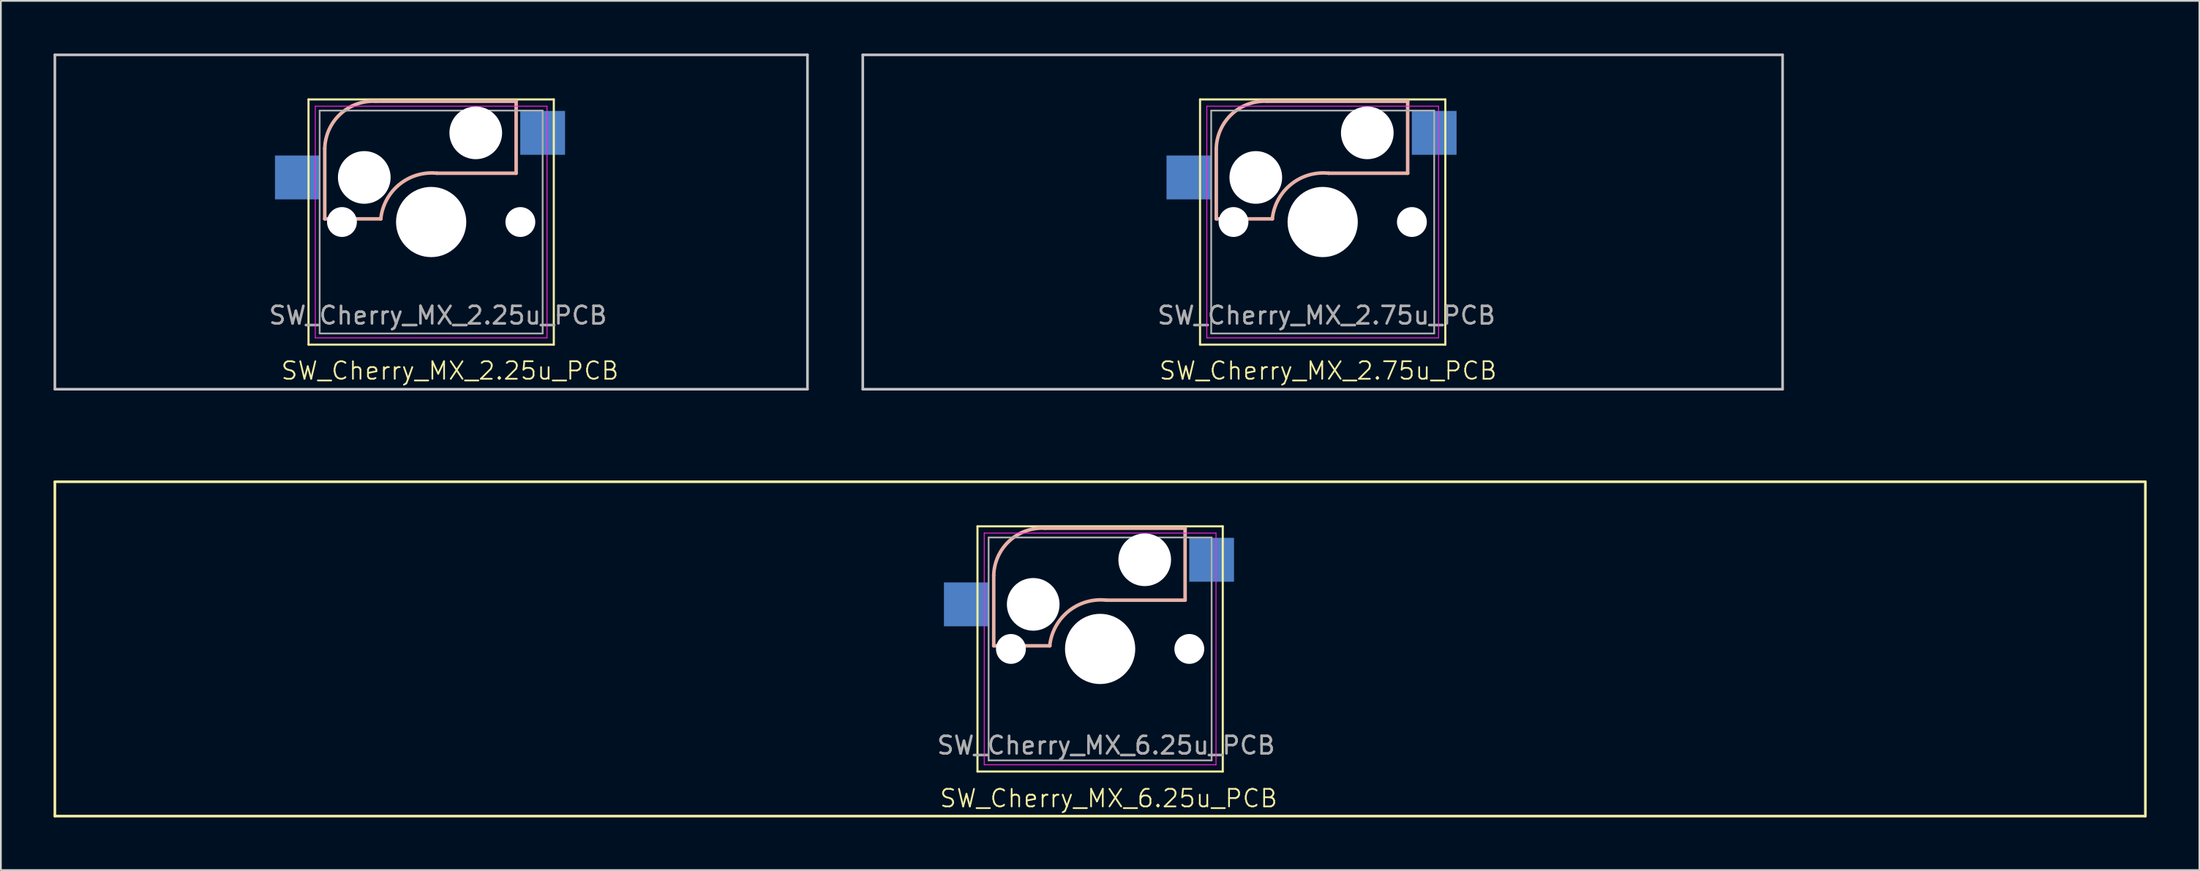
<source format=kicad_pcb>
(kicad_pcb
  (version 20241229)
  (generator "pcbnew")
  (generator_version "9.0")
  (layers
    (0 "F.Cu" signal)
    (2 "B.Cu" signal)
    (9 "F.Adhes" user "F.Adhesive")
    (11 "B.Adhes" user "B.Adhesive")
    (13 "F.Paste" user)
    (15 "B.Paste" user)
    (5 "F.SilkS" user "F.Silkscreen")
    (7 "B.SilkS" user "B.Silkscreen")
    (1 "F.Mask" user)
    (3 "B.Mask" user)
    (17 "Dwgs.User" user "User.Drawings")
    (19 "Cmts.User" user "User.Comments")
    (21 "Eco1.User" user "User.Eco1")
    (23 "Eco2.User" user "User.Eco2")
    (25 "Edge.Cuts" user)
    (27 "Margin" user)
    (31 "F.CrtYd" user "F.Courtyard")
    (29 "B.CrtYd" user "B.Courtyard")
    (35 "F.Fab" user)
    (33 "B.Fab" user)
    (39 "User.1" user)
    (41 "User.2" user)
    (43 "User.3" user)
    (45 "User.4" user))
  (footprint "SW_Cherry_MX_6.25u_PCB"
    (layer "F.Cu")
    (at 59.591 33.44)
    (property "Reference" "SW_Cherry_MX_6.25u_PCB" (at 0.5 9 0) (unlocked yes) (layer "F.SilkS") (effects (font (size 1 1) (thickness 0.1))))
    (attr smd)
    (fp_line (start -59.516 -9.04) (end 59.546 -9.04) (stroke (width 0.15) (type solid)) (layer "F.SilkS"))
    (fp_line (start -59.516 10.01) (end -59.516 -9.04) (stroke (width 0.15) (type solid)) (layer "F.SilkS"))
    (fp_line (start -6.97 -6.5) (end 7 -6.5) (stroke (width 0.12) (type solid)) (layer "F.SilkS"))
    (fp_line (start -6.97 7.47) (end -6.97 -6.5) (stroke (width 0.12) (type solid)) (layer "F.SilkS"))
    (fp_line (start 7 -6.5) (end 7 7.47) (stroke (width 0.12) (type solid)) (layer "F.SilkS"))
    (fp_line (start 7 7.47) (end -6.97 7.47) (stroke (width 0.12) (type solid)) (layer "F.SilkS"))
    (fp_line (start 59.546 -9.04) (end 59.546 10.01) (stroke (width 0.15) (type solid)) (layer "F.SilkS"))
    (fp_line (start 59.546 10.01) (end -59.516 10.01) (stroke (width 0.15) (type solid)) (layer "F.SilkS"))
    (fp_line (start -6.045 -3.695) (end -6.045 0.305) (stroke (width 0.2) (type default)) (layer "B.SilkS"))
    (fp_line (start -6.045 0.305) (end -2.845 0.305) (stroke (width 0.2) (type default)) (layer "B.SilkS"))
    (fp_line (start 4.855 -6.395) (end -3.137 -6.395) (stroke (width 0.2) (type default)) (layer "B.SilkS"))
    (fp_line (start 4.855 -6.395) (end 4.855 -2.295) (stroke (width 0.2) (type default)) (layer "B.SilkS"))
    (fp_line (start 4.855 -2.295) (end 0.355 -2.295) (stroke (width 0.2) (type default)) (layer "B.SilkS"))
    (fp_arc (start -6.044999 -3.695) (mid -5.163867 -5.661999) (end -3.137 -6.395) (stroke (width 0.2) (type default)) (layer "B.SilkS"))
    (fp_arc (start -2.853839 0.304085) (mid -1.788841 -1.661429) (end 0.355 -2.295) (stroke (width 0.2) (type default)) (layer "B.SilkS"))
    (fp_line (start -6.585 -6.115) (end 6.615 -6.115) (stroke (width 0.05) (type solid)) (layer "F.CrtYd"))
    (fp_line (start -6.585 7.085) (end -6.585 -6.115) (stroke (width 0.05) (type solid)) (layer "F.CrtYd"))
    (fp_line (start 6.615 -6.115) (end 6.615 7.085) (stroke (width 0.05) (type solid)) (layer "F.CrtYd"))
    (fp_line (start 6.615 7.085) (end -6.585 7.085) (stroke (width 0.05) (type solid)) (layer "F.CrtYd"))
    (fp_line (start -6.335 -5.865) (end 6.365 -5.865) (stroke (width 0.1) (type solid)) (layer "F.Fab"))
    (fp_line (start -6.335 6.835) (end -6.335 -5.865) (stroke (width 0.1) (type solid)) (layer "F.Fab"))
    (fp_line (start 6.365 -5.865) (end 6.365 6.835) (stroke (width 0.1) (type solid)) (layer "F.Fab"))
    (fp_line (start 6.365 6.835) (end -6.335 6.835) (stroke (width 0.1) (type solid)) (layer "F.Fab"))
    (fp_text user "${REFERENCE}" (at 0.355 5.98 0) (layer "F.Fab") (effects (font (size 1 1) (thickness 0.15))))
    (pad "" np_thru_hole circle (at -5.065 0.485) (size 1.7 1.7) (drill 1.7) (layers "*.Cu" "*.Mask"))
    (pad "" np_thru_hole circle (at -3.795 -2.055) (size 3 3) (drill 3) (layers "*.Cu" "*.Mask"))
    (pad "" np_thru_hole circle (at 0.015 0.485) (size 4 4) (drill 4) (layers "*.Cu" "*.Mask"))
    (pad "" np_thru_hole circle (at 2.555 -4.595) (size 3 3) (drill 3) (layers "*.Cu" "*.Mask"))
    (pad "" np_thru_hole circle (at 5.095 0.485) (size 1.7 1.7) (drill 1.7) (layers "*.Cu" "*.Mask"))
    (pad "1" smd rect (at -7.605 -2.055) (size 2.55 2.5) (layers "B.Cu" "B.Mask" "B.Paste"))
    (pad "2" smd rect (at 6.365 -4.595) (size 2.55 2.5) (layers "B.Cu" "B.Mask" "B.Paste")))
  (footprint "SW_Cherry_MX_2.25u_PCB"
    (layer "F.Cu")
    (at 22.075 21.075)
    (property "Reference" "SW_Cherry_MX_2.25u_PCB" (at 0.5 -3 0) (unlocked yes) (layer "F.SilkS") (effects (font (size 1 1) (thickness 0.1))))
    (attr smd)
    (fp_line (start -7.554 -18.46) (end 6.416 -18.46) (stroke (width 0.12) (type solid)) (layer "F.SilkS"))
    (fp_line (start -7.554 -4.49) (end -7.554 -18.46) (stroke (width 0.12) (type solid)) (layer "F.SilkS"))
    (fp_line (start 6.416 -18.46) (end 6.416 -4.49) (stroke (width 0.12) (type solid)) (layer "F.SilkS"))
    (fp_line (start 6.416 -4.49) (end -7.554 -4.49) (stroke (width 0.12) (type solid)) (layer "F.SilkS"))
    (fp_line (start -6.629 -15.655) (end -6.629 -11.655) (stroke (width 0.2) (type default)) (layer "B.SilkS"))
    (fp_line (start -6.629 -11.655) (end -3.429 -11.655) (stroke (width 0.2) (type default)) (layer "B.SilkS"))
    (fp_line (start 4.271 -18.355) (end -3.721 -18.355) (stroke (width 0.2) (type default)) (layer "B.SilkS"))
    (fp_line (start 4.271 -18.355) (end 4.271 -14.255) (stroke (width 0.2) (type default)) (layer "B.SilkS"))
    (fp_line (start 4.271 -14.255) (end -0.229 -14.255) (stroke (width 0.2) (type default)) (layer "B.SilkS"))
    (fp_arc (start -6.628749 -15.655) (mid -5.747618 -17.622002) (end -3.72075 -18.355) (stroke (width 0.2) (type default)) (layer "B.SilkS"))
    (fp_arc (start -3.437589 -11.655915) (mid -2.372589 -13.62142) (end -0.22875 -14.255) (stroke (width 0.2) (type default)) (layer "B.SilkS"))
    (fp_line (start -22 -21) (end 20.863 -21) (stroke (width 0.15) (type solid)) (layer "Dwgs.User"))
    (fp_line (start -22 -1.95) (end -22 -21) (stroke (width 0.15) (type solid)) (layer "Dwgs.User"))
    (fp_line (start 20.863 -21) (end 20.863 -1.95) (stroke (width 0.15) (type solid)) (layer "Dwgs.User"))
    (fp_line (start 20.863 -1.95) (end -22 -1.95) (stroke (width 0.15) (type solid)) (layer "Dwgs.User"))
    (fp_line (start -7.169 -18.075) (end 6.031 -18.075) (stroke (width 0.05) (type solid)) (layer "F.CrtYd"))
    (fp_line (start -7.169 -4.875) (end -7.169 -18.075) (stroke (width 0.05) (type solid)) (layer "F.CrtYd"))
    (fp_line (start 6.031 -18.075) (end 6.031 -4.875) (stroke (width 0.05) (type solid)) (layer "F.CrtYd"))
    (fp_line (start 6.031 -4.875) (end -7.169 -4.875) (stroke (width 0.05) (type solid)) (layer "F.CrtYd"))
    (fp_line (start -6.919 -17.825) (end 5.781 -17.825) (stroke (width 0.1) (type solid)) (layer "F.Fab"))
    (fp_line (start -6.919 -5.125) (end -6.919 -17.825) (stroke (width 0.1) (type solid)) (layer "F.Fab"))
    (fp_line (start 5.781 -17.825) (end 5.781 -5.125) (stroke (width 0.1) (type solid)) (layer "F.Fab"))
    (fp_line (start 5.781 -5.125) (end -6.919 -5.125) (stroke (width 0.1) (type solid)) (layer "F.Fab"))
    (fp_text user "${REFERENCE}" (at -0.179 -6.155 0) (layer "F.Fab") (effects (font (size 1 1) (thickness 0.15))))
    (pad "" np_thru_hole circle (at -5.649 -11.475) (size 1.7 1.7) (drill 1.7) (layers "*.Cu" "*.Mask"))
    (pad "" np_thru_hole circle (at -4.379 -14.015) (size 3 3) (drill 3) (layers "*.Cu" "*.Mask"))
    (pad "" np_thru_hole circle (at -0.569 -11.475) (size 4 4) (drill 4) (layers "*.Cu" "*.Mask"))
    (pad "" np_thru_hole circle (at 1.971 -16.555) (size 3 3) (drill 3) (layers "*.Cu" "*.Mask"))
    (pad "" np_thru_hole circle (at 4.511 -11.475) (size 1.7 1.7) (drill 1.7) (layers "*.Cu" "*.Mask"))
    (pad "1" smd rect (at -8.189 -14.015) (size 2.55 2.5) (layers "B.Cu" "B.Mask" "B.Paste"))
    (pad "2" smd rect (at 5.781 -16.555) (size 2.55 2.5) (layers "B.Cu" "B.Mask" "B.Paste")))
  (footprint "SW_Cherry_MX_2.75u_PCB"
    (layer "F.Cu")
    (at 72.088 21.075)
    (property "Reference" "SW_Cherry_MX_2.75u_PCB" (at 0.5 -3 0) (unlocked yes) (layer "F.SilkS") (effects (font (size 1 1) (thickness 0.1))))
    (attr smd)
    (fp_line (start -6.791 -18.46) (end 7.179 -18.46) (stroke (width 0.12) (type solid)) (layer "F.SilkS"))
    (fp_line (start -6.791 -4.49) (end -6.791 -18.46) (stroke (width 0.12) (type solid)) (layer "F.SilkS"))
    (fp_line (start 7.179 -18.46) (end 7.179 -4.49) (stroke (width 0.12) (type solid)) (layer "F.SilkS"))
    (fp_line (start 7.179 -4.49) (end -6.791 -4.49) (stroke (width 0.12) (type solid)) (layer "F.SilkS"))
    (fp_line (start -5.866 -15.655) (end -5.866 -11.655) (stroke (width 0.2) (type default)) (layer "B.SilkS"))
    (fp_line (start -5.866 -11.655) (end -2.666 -11.655) (stroke (width 0.2) (type default)) (layer "B.SilkS"))
    (fp_line (start 5.034 -18.355) (end -2.958 -18.355) (stroke (width 0.2) (type default)) (layer "B.SilkS"))
    (fp_line (start 5.034 -18.355) (end 5.034 -14.255) (stroke (width 0.2) (type default)) (layer "B.SilkS"))
    (fp_line (start 5.034 -14.255) (end 0.534 -14.255) (stroke (width 0.2) (type default)) (layer "B.SilkS"))
    (fp_arc (start -5.866249 -15.655) (mid -4.985118 -17.622002) (end -2.95825 -18.355) (stroke (width 0.2) (type default)) (layer "B.SilkS"))
    (fp_arc (start -2.675089 -11.655915) (mid -1.610089 -13.62142) (end 0.53375 -14.255) (stroke (width 0.2) (type default)) (layer "B.SilkS"))
    (fp_line (start -26 -21) (end 26.387 -21) (stroke (width 0.15) (type solid)) (layer "Dwgs.User"))
    (fp_line (start -26 -1.95) (end -26 -21) (stroke (width 0.15) (type solid)) (layer "Dwgs.User"))
    (fp_line (start 26.387 -21) (end 26.387 -1.95) (stroke (width 0.15) (type solid)) (layer "Dwgs.User"))
    (fp_line (start 26.387 -1.95) (end -26 -1.95) (stroke (width 0.15) (type solid)) (layer "Dwgs.User"))
    (fp_line (start -6.406 -18.075) (end 6.794 -18.075) (stroke (width 0.05) (type solid)) (layer "F.CrtYd"))
    (fp_line (start -6.406 -4.875) (end -6.406 -18.075) (stroke (width 0.05) (type solid)) (layer "F.CrtYd"))
    (fp_line (start 6.794 -18.075) (end 6.794 -4.875) (stroke (width 0.05) (type solid)) (layer "F.CrtYd"))
    (fp_line (start 6.794 -4.875) (end -6.406 -4.875) (stroke (width 0.05) (type solid)) (layer "F.CrtYd"))
    (fp_line (start -6.156 -17.825) (end 6.544 -17.825) (stroke (width 0.1) (type solid)) (layer "F.Fab"))
    (fp_line (start -6.156 -5.125) (end -6.156 -17.825) (stroke (width 0.1) (type solid)) (layer "F.Fab"))
    (fp_line (start 6.544 -17.825) (end 6.544 -5.125) (stroke (width 0.1) (type solid)) (layer "F.Fab"))
    (fp_line (start 6.544 -5.125) (end -6.156 -5.125) (stroke (width 0.1) (type solid)) (layer "F.Fab"))
    (fp_text user "${REFERENCE}" (at 0.409 -6.155 0) (layer "F.Fab") (effects (font (size 1 1) (thickness 0.15))))
    (pad "" np_thru_hole circle (at -4.886 -11.475) (size 1.7 1.7) (drill 1.7) (layers "*.Cu" "*.Mask"))
    (pad "" np_thru_hole circle (at -3.616 -14.015) (size 3 3) (drill 3) (layers "*.Cu" "*.Mask"))
    (pad "" np_thru_hole circle (at 0.194 -11.475) (size 4 4) (drill 4) (layers "*.Cu" "*.Mask"))
    (pad "" np_thru_hole circle (at 2.734 -16.555) (size 3 3) (drill 3) (layers "*.Cu" "*.Mask"))
    (pad "" np_thru_hole circle (at 5.274 -11.475) (size 1.7 1.7) (drill 1.7) (layers "*.Cu" "*.Mask"))
    (pad "1" smd rect (at -7.426 -14.015) (size 2.55 2.5) (layers "B.Cu" "B.Mask" "B.Paste"))
    (pad "2" smd rect (at 6.544 -16.555) (size 2.55 2.5) (layers "B.Cu" "B.Mask" "B.Paste")))
  (gr_rect
    (start -3 -3)
    (end 122.213 46.525)
    (stroke (width 0.1) (type default))
    (fill no)
    (layer "Edge.Cuts")))
</source>
